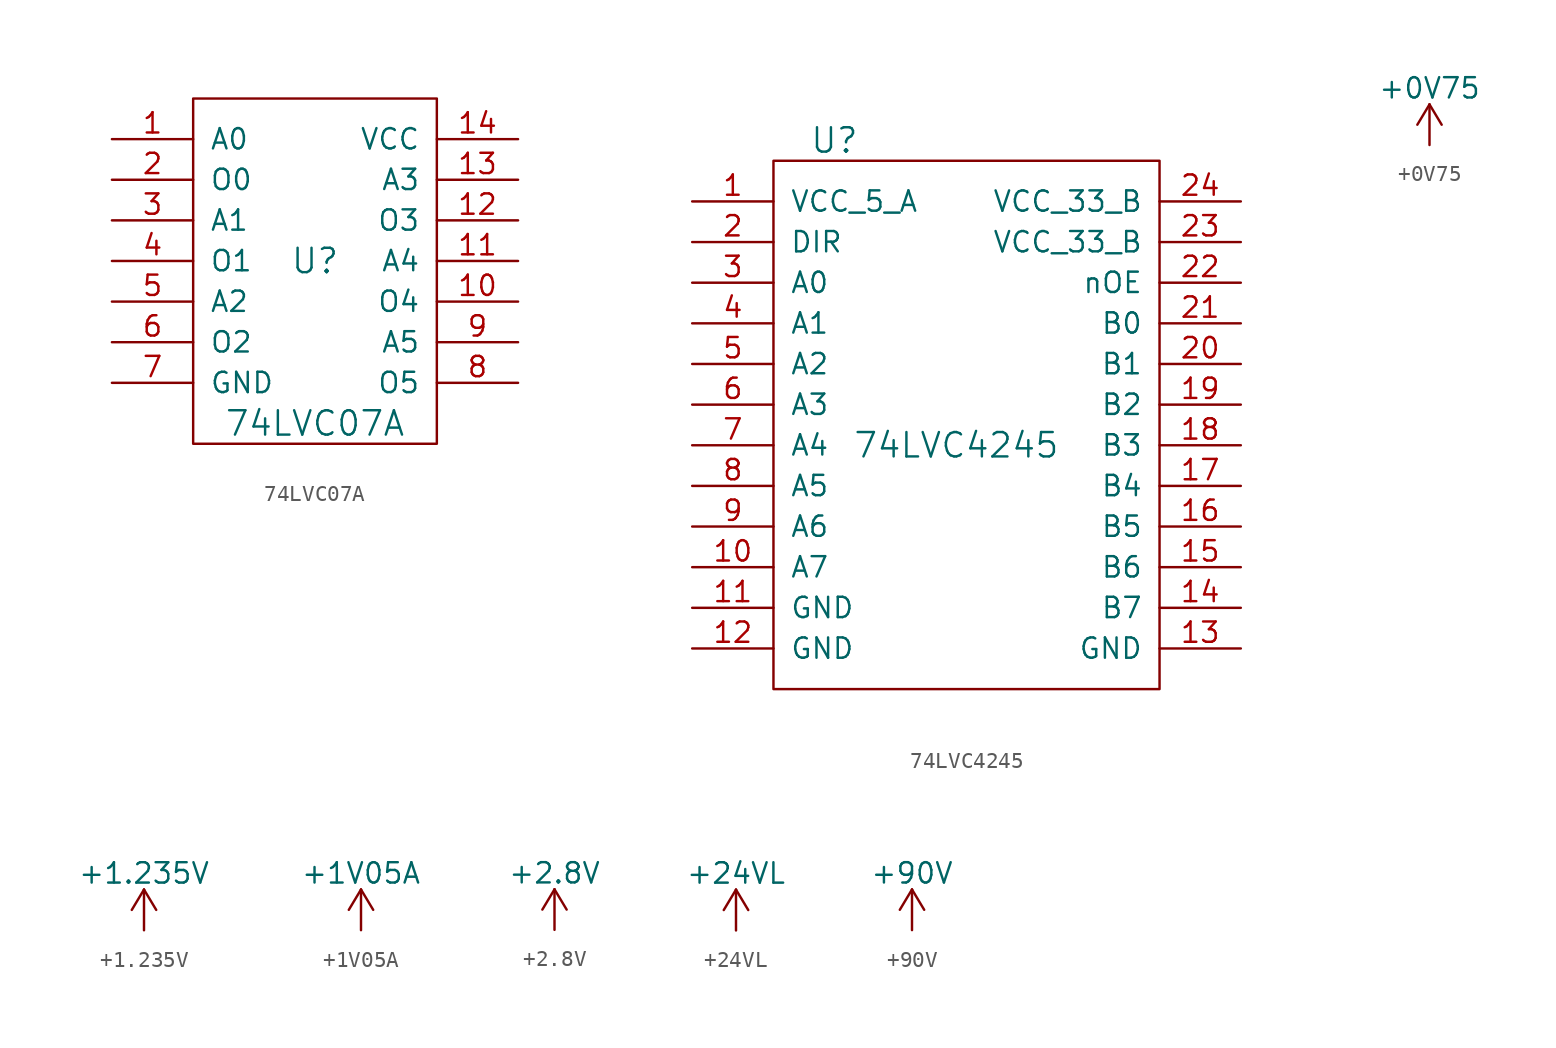
<source format=kicad_sym>
(kicad_symbol_lib
  (version 20220914)
  (generator kicad_symbol_editor)
  (symbol "74LVC07A"
    (pin_names
      (offset 1.016))
    (property "Reference" "U"
      (at 0 0 0)
      (effects (font (size 1.524 1.524))))
    (property "Value" "74LVC07A"
      (at 0 -10.16 0)
      (effects (font (size 1.524 1.524))))
    (symbol "74LVC07A_0_1"
      (rectangle (start -7.62 10.16) (end 7.62 -11.43) (stroke (width 0) (type default)) (fill (type none))))
    (symbol "74LVC07A_1_1"
      (pin input line (at -12.7 7.62 0) (length 5.08) (name "A0" (effects (font (size 1.27 1.27)))) (number "1" (effects (font (size 1.27 1.27)))))
      (pin input line (at 12.7 -2.54 180) (length 5.08) (name "O4" (effects (font (size 1.27 1.27)))) (number "10" (effects (font (size 1.27 1.27)))))
      (pin input line (at 12.7 0 180) (length 5.08) (name "A4" (effects (font (size 1.27 1.27)))) (number "11" (effects (font (size 1.27 1.27)))))
      (pin input line (at 12.7 2.54 180) (length 5.08) (name "O3" (effects (font (size 1.27 1.27)))) (number "12" (effects (font (size 1.27 1.27)))))
      (pin input line (at 12.7 5.08 180) (length 5.08) (name "A3" (effects (font (size 1.27 1.27)))) (number "13" (effects (font (size 1.27 1.27)))))
      (pin input line (at 12.7 7.62 180) (length 5.08) (name "VCC" (effects (font (size 1.27 1.27)))) (number "14" (effects (font (size 1.27 1.27)))))
      (pin input line (at -12.7 5.08 0) (length 5.08) (name "O0" (effects (font (size 1.27 1.27)))) (number "2" (effects (font (size 1.27 1.27)))))
      (pin input line (at -12.7 2.54 0) (length 5.08) (name "A1" (effects (font (size 1.27 1.27)))) (number "3" (effects (font (size 1.27 1.27)))))
      (pin input line (at -12.7 0 0) (length 5.08) (name "O1" (effects (font (size 1.27 1.27)))) (number "4" (effects (font (size 1.27 1.27)))))
      (pin input line (at -12.7 -2.54 0) (length 5.08) (name "A2" (effects (font (size 1.27 1.27)))) (number "5" (effects (font (size 1.27 1.27)))))
      (pin input line (at -12.7 -5.08 0) (length 5.08) (name "O2" (effects (font (size 1.27 1.27)))) (number "6" (effects (font (size 1.27 1.27)))))
      (pin input line (at -12.7 -7.62 0) (length 5.08) (name "GND" (effects (font (size 1.27 1.27)))) (number "7" (effects (font (size 1.27 1.27)))))
      (pin input line (at 12.7 -7.62 180) (length 5.08) (name "O5" (effects (font (size 1.27 1.27)))) (number "8" (effects (font (size 1.27 1.27)))))
      (pin input line (at 12.7 -5.08 180) (length 5.08) (name "A5" (effects (font (size 1.27 1.27)))) (number "9" (effects (font (size 1.27 1.27)))))))
  (symbol "74LVC4245"
    (pin_names
      (offset 1.016))
    (property "Reference" "U"
      (at -7.62 19.05 0)
      (effects (font (size 1.524 1.524))))
    (property "Value" "74LVC4245"
      (at 0 0 0)
      (effects (font (size 1.524 1.524))))
    (property "Footprint" ""
      (at 0 0 0)
      (effects (font (size 1.524 1.524))))
    (property "Datasheet" ""
      (at 0 0 0)
      (effects (font (size 1.524 1.524))))
    (symbol "74LVC4245_0_1"
      (rectangle (start -11.43 17.78) (end 12.7 -15.24) (stroke (width 0) (type default)) (fill (type none))))
    (symbol "74LVC4245_1_1"
      (pin input line (at -16.51 15.24 0) (length 5.08) (name "VCC_5_A" (effects (font (size 1.27 1.27)))) (number "1" (effects (font (size 1.27 1.27)))))
      (pin input line (at -16.51 -7.62 0) (length 5.08) (name "A7" (effects (font (size 1.27 1.27)))) (number "10" (effects (font (size 1.27 1.27)))))
      (pin input line (at -16.51 -10.16 0) (length 5.08) (name "GND" (effects (font (size 1.27 1.27)))) (number "11" (effects (font (size 1.27 1.27)))))
      (pin input line (at -16.51 -12.7 0) (length 5.08) (name "GND" (effects (font (size 1.27 1.27)))) (number "12" (effects (font (size 1.27 1.27)))))
      (pin input line (at 17.78 -12.7 180) (length 5.08) (name "GND" (effects (font (size 1.27 1.27)))) (number "13" (effects (font (size 1.27 1.27)))))
      (pin input line (at 17.78 -10.16 180) (length 5.08) (name "B7" (effects (font (size 1.27 1.27)))) (number "14" (effects (font (size 1.27 1.27)))))
      (pin input line (at 17.78 -7.62 180) (length 5.08) (name "B6" (effects (font (size 1.27 1.27)))) (number "15" (effects (font (size 1.27 1.27)))))
      (pin input line (at 17.78 -5.08 180) (length 5.08) (name "B5" (effects (font (size 1.27 1.27)))) (number "16" (effects (font (size 1.27 1.27)))))
      (pin input line (at 17.78 -2.54 180) (length 5.08) (name "B4" (effects (font (size 1.27 1.27)))) (number "17" (effects (font (size 1.27 1.27)))))
      (pin input line (at 17.78 0 180) (length 5.08) (name "B3" (effects (font (size 1.27 1.27)))) (number "18" (effects (font (size 1.27 1.27)))))
      (pin input line (at 17.78 2.54 180) (length 5.08) (name "B2" (effects (font (size 1.27 1.27)))) (number "19" (effects (font (size 1.27 1.27)))))
      (pin input line (at -16.51 12.7 0) (length 5.08) (name "DIR" (effects (font (size 1.27 1.27)))) (number "2" (effects (font (size 1.27 1.27)))))
      (pin input line (at 17.78 5.08 180) (length 5.08) (name "B1" (effects (font (size 1.27 1.27)))) (number "20" (effects (font (size 1.27 1.27)))))
      (pin input line (at 17.78 7.62 180) (length 5.08) (name "B0" (effects (font (size 1.27 1.27)))) (number "21" (effects (font (size 1.27 1.27)))))
      (pin input line (at 17.78 10.16 180) (length 5.08) (name "nOE" (effects (font (size 1.27 1.27)))) (number "22" (effects (font (size 1.27 1.27)))))
      (pin input line (at 17.78 12.7 180) (length 5.08) (name "VCC_33_B" (effects (font (size 1.27 1.27)))) (number "23" (effects (font (size 1.27 1.27)))))
      (pin input line (at 17.78 15.24 180) (length 5.08) (name "VCC_33_B" (effects (font (size 1.27 1.27)))) (number "24" (effects (font (size 1.27 1.27)))))
      (pin input line (at -16.51 10.16 0) (length 5.08) (name "A0" (effects (font (size 1.27 1.27)))) (number "3" (effects (font (size 1.27 1.27)))))
      (pin input line (at -16.51 7.62 0) (length 5.08) (name "A1" (effects (font (size 1.27 1.27)))) (number "4" (effects (font (size 1.27 1.27)))))
      (pin input line (at -16.51 5.08 0) (length 5.08) (name "A2" (effects (font (size 1.27 1.27)))) (number "5" (effects (font (size 1.27 1.27)))))
      (pin input line (at -16.51 2.54 0) (length 5.08) (name "A3" (effects (font (size 1.27 1.27)))) (number "6" (effects (font (size 1.27 1.27)))))
      (pin input line (at -16.51 0 0) (length 5.08) (name "A4" (effects (font (size 1.27 1.27)))) (number "7" (effects (font (size 1.27 1.27)))))
      (pin input line (at -16.51 -2.54 0) (length 5.08) (name "A5" (effects (font (size 1.27 1.27)))) (number "8" (effects (font (size 1.27 1.27)))))
      (pin input line (at -16.51 -5.08 0) (length 5.08) (name "A6" (effects (font (size 1.27 1.27)))) (number "9" (effects (font (size 1.27 1.27)))))))
  (symbol "+0V75"
    (power)
    (pin_names
      (offset 0))
    (property "Reference" "#PWR"
      (at 0 -3.81 0)
      (effects (font (size 1.27 1.27)) hide))
    (property "Value" "+0V75"
      (at 0 3.556 0)
      (effects (font (size 1.27 1.27))))
    (property "Footprint" ""
      (at 0 0 0)
      (effects (font (size 1.27 1.27))))
    (property "Datasheet" ""
      (at 0 0 0)
      (effects (font (size 1.27 1.27))))
    (symbol "+0V75_0_1"
      (polyline (pts (xy -0.762 1.27) (xy 0 2.54)) (stroke (width 0) (type default)) (fill (type none)))
      (polyline (pts (xy 0 0) (xy 0 2.54)) (stroke (width 0) (type default)) (fill (type none)))
      (polyline (pts (xy 0 2.54) (xy 0.762 1.27)) (stroke (width 0) (type default)) (fill (type none))))
    (symbol "+0V75_1_1"
      (pin power_out line (at 0 0 90) (length 0) hide (name "+0V75" (effects (font (size 1.27 1.27)))) (number "1" (effects (font (size 1.27 1.27)))))))
  (symbol "+1.235V"
    (power)
    (pin_names
      (offset 0))
    (property "Reference" "#PWR"
      (at 0 -3.81 0)
      (effects (font (size 1.27 1.27)) hide))
    (property "Value" "+1.235V"
      (at 0 3.556 0)
      (effects (font (size 1.27 1.27))))
    (property "Footprint" ""
      (at 0 0 0)
      (effects (font (size 1.27 1.27))))
    (property "Datasheet" ""
      (at 0 0 0)
      (effects (font (size 1.27 1.27))))
    (symbol "+1.235V_0_1"
      (polyline (pts (xy -0.762 1.27) (xy 0 2.54)) (stroke (width 0) (type default)) (fill (type none)))
      (polyline (pts (xy 0 0) (xy 0 2.54)) (stroke (width 0) (type default)) (fill (type none)))
      (polyline (pts (xy 0 2.54) (xy 0.762 1.27)) (stroke (width 0) (type default)) (fill (type none))))
    (symbol "+1.235V_1_1"
      (pin power_in line (at 0 0 90) (length 0) hide (name "+1.235V" (effects (font (size 1.27 1.27)))) (number "1" (effects (font (size 1.27 1.27)))))))
  (symbol "+1V05A"
    (power)
    (pin_names
      (offset 0))
    (property "Reference" "#PWR"
      (at 0 -3.81 0)
      (effects (font (size 1.27 1.27)) hide))
    (property "Value" "+1V05A"
      (at 0 3.556 0)
      (effects (font (size 1.27 1.27))))
    (property "Footprint" ""
      (at 0 0 0)
      (effects (font (size 1.27 1.27))))
    (property "Datasheet" ""
      (at 0 0 0)
      (effects (font (size 1.27 1.27))))
    (symbol "+1V05A_0_1"
      (polyline (pts (xy -0.762 1.27) (xy 0 2.54)) (stroke (width 0) (type default)) (fill (type none)))
      (polyline (pts (xy 0 0) (xy 0 2.54)) (stroke (width 0) (type default)) (fill (type none)))
      (polyline (pts (xy 0 2.54) (xy 0.762 1.27)) (stroke (width 0) (type default)) (fill (type none))))
    (symbol "+1V05A_1_1"
      (pin power_in line (at 0 0 90) (length 0) hide (name "+1V05A" (effects (font (size 1.27 1.27)))) (number "1" (effects (font (size 1.27 1.27)))))))
  (symbol "+2.8V"
    (power)
    (pin_names
      (offset 0))
    (property "Reference" "#PWR"
      (at 0 -3.81 0)
      (effects (font (size 1.27 1.27)) hide))
    (property "Value" "+2.8V"
      (at 0 3.556 0)
      (effects (font (size 1.27 1.27))))
    (property "Footprint" ""
      (at 0 0 0)
      (effects (font (size 1.27 1.27))))
    (property "Datasheet" ""
      (at 0 0 0)
      (effects (font (size 1.27 1.27))))
    (symbol "+2.8V_0_1"
      (polyline (pts (xy -0.762 1.27) (xy 0 2.54)) (stroke (width 0) (type default)) (fill (type none)))
      (polyline (pts (xy 0 0) (xy 0 2.54)) (stroke (width 0) (type default)) (fill (type none)))
      (polyline (pts (xy 0 2.54) (xy 0.762 1.27)) (stroke (width 0) (type default)) (fill (type none))))
    (symbol "+2.8V_1_1"
      (pin power_in line (at 0 0 90) (length 0) hide (name "+2.8V" (effects (font (size 1.27 1.27)))) (number "1" (effects (font (size 1.27 1.27)))))))
  (symbol "+24VL"
    (power)
    (pin_names
      (offset 0))
    (property "Reference" "#PWR"
      (at 0 -3.81 0)
      (effects (font (size 1.27 1.27)) hide))
    (property "Value" "+24VL"
      (at 0 3.556 0)
      (effects (font (size 1.27 1.27))))
    (symbol "+24VL_0_1"
      (polyline (pts (xy -0.762 1.27) (xy 0 2.54)) (stroke (width 0) (type default)) (fill (type none)))
      (polyline (pts (xy 0 0) (xy 0 2.54)) (stroke (width 0) (type default)) (fill (type none)))
      (polyline (pts (xy 0 2.54) (xy 0.762 1.27)) (stroke (width 0) (type default)) (fill (type none))))
    (symbol "+24VL_1_1"
      (pin power_in line (at 0 0 90) (length 0) hide (name "+24V" (effects (font (size 1.27 1.27)))) (number "1" (effects (font (size 1.27 1.27)))))))
  (symbol "+90V"
    (power)
    (pin_names
      (offset 0))
    (property "Reference" "#PWR"
      (at 0 -3.81 0)
      (effects (font (size 1.27 1.27)) hide))
    (property "Value" "+90V"
      (at 0 3.556 0)
      (effects (font (size 1.27 1.27))))
    (property "Footprint" ""
      (at 0 0 0)
      (effects (font (size 1.27 1.27))))
    (property "Datasheet" ""
      (at 0 0 0)
      (effects (font (size 1.27 1.27))))
    (symbol "+90V_0_1"
      (polyline (pts (xy -0.762 1.27) (xy 0 2.54)) (stroke (width 0) (type default)) (fill (type none)))
      (polyline (pts (xy 0 0) (xy 0 2.54)) (stroke (width 0) (type default)) (fill (type none)))
      (polyline (pts (xy 0 2.54) (xy 0.762 1.27)) (stroke (width 0) (type default)) (fill (type none))))
    (symbol "+90V_1_1"
      (pin power_in line (at 0 0 90) (length 0) hide (name "+90V" (effects (font (size 1.27 1.27)))) (number "1" (effects (font (size 1.27 1.27))))))))
</source>
